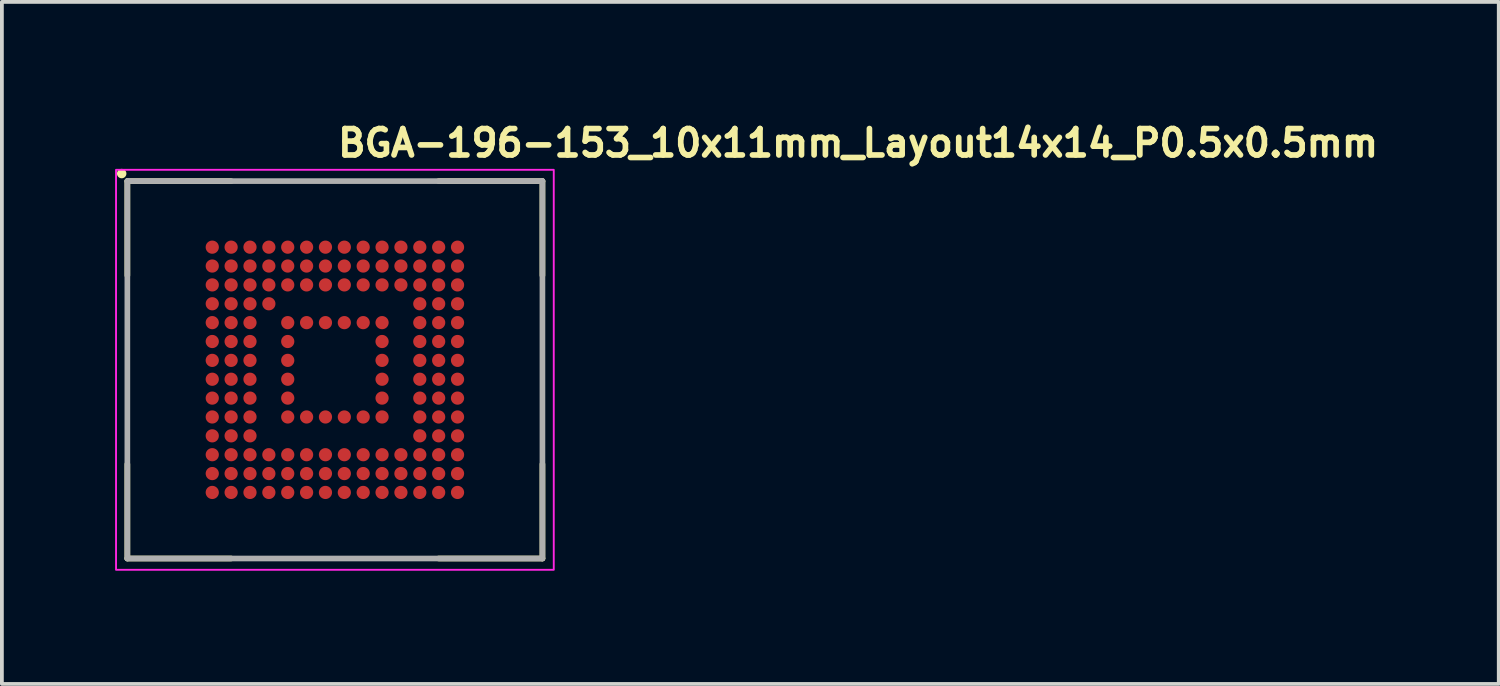
<source format=kicad_pcb>
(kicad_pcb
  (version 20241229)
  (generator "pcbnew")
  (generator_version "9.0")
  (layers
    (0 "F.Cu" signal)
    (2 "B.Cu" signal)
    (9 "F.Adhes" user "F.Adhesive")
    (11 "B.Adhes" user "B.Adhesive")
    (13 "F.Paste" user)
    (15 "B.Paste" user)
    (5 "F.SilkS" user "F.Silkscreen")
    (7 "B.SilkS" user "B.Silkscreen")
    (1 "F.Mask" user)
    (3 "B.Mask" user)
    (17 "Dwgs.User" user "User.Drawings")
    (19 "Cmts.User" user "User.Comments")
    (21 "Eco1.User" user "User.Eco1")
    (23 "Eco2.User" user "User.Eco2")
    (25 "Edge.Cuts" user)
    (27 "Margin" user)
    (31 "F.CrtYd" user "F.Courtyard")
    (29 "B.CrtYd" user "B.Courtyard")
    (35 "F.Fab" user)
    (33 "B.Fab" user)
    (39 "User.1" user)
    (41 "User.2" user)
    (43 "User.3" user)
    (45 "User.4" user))
  (footprint "BGA-196-153_10x11mm_Layout14x14_P0.5x0.5mm"
    (layer "F.Cu")
    (at 5.825 6.75)
    (property "Reference" "BGA-196-153_10x11mm_Layout14x14_P0.5x0.5mm" (at 0 -5.6 0) (layer "F.SilkS") (effects (font (size 0.7 0.7) (thickness 0.15)) (justify left bottom)))
    (attr smd)
    (fp_line (start -5.5 -5) (end -5.5 -2.5) (stroke (width 0.15) (type solid)) (layer "F.SilkS"))
    (fp_line (start -5.5 -5) (end -2.75 -5) (stroke (width 0.15) (type solid)) (layer "F.SilkS"))
    (fp_line (start -5.5 5) (end -5.5 2.5) (stroke (width 0.15) (type solid)) (layer "F.SilkS"))
    (fp_line (start -5.5 5) (end -2.75 5) (stroke (width 0.15) (type solid)) (layer "F.SilkS"))
    (fp_line (start 5.5 -5) (end 2.75 -5) (stroke (width 0.15) (type solid)) (layer "F.SilkS"))
    (fp_line (start 5.5 -5) (end 5.5 -2.5) (stroke (width 0.15) (type solid)) (layer "F.SilkS"))
    (fp_line (start 5.5 5) (end 2.75 5) (stroke (width 0.15) (type solid)) (layer "F.SilkS"))
    (fp_line (start 5.5 5) (end 5.5 2.5) (stroke (width 0.15) (type solid)) (layer "F.SilkS"))
    (fp_circle (center -5.65 -5.2) (end -5.6 -5.2) (stroke (width 0.15) (type solid)) (fill yes) (layer "F.SilkS"))
    (fp_rect (start -5.8 -5.3) (end 5.8 5.3) (stroke (width 0.05) (type solid)) (fill no) (layer "F.CrtYd"))
    (fp_line (start -5.5 5) (end -5.5 -5) (stroke (width 0.15) (type solid)) (layer "F.Fab"))
    (fp_line (start 5.5 -5) (end -5.5 -5) (stroke (width 0.15) (type solid)) (layer "F.Fab"))
    (fp_line (start 5.5 5) (end -5.5 5) (stroke (width 0.15) (type solid)) (layer "F.Fab"))
    (fp_line (start 5.5 5) (end 5.5 -5) (stroke (width 0.15) (type solid)) (layer "F.Fab"))
    (fp_rect (start -5.5 -5) (end 5.5 5) (stroke (width 0.1) (type solid)) (fill no) (layer "User.5"))
    (fp_line (start -5.5 -5) (end -5.5 5) (stroke (width 0.02) (type solid)) (layer "User.9"))
    (fp_line (start -5.5 5) (end 5.5 5) (stroke (width 0.02) (type solid)) (layer "User.9"))
    (fp_line (start -5.165 -4.317) (end -5.165 -4.307) (stroke (width 0.02) (type solid)) (layer "User.9"))
    (fp_line (start -5.165 -4.317) (end -5.165 -4.307) (stroke (width 0.02) (type solid)) (layer "User.9"))
    (fp_line (start -5.165 -4.307) (end -5.164 -4.288) (stroke (width 0.02) (type solid)) (layer "User.9"))
    (fp_line (start -5.165 -4.307) (end -5.164 -4.288) (stroke (width 0.02) (type solid)) (layer "User.9"))
    (fp_line (start -5.164 -4.327) (end -5.165 -4.317) (stroke (width 0.02) (type solid)) (layer "User.9"))
    (fp_line (start -5.164 -4.327) (end -5.165 -4.317) (stroke (width 0.02) (type solid)) (layer "User.9"))
    (fp_line (start -5.164 -4.288) (end -5.162 -4.268) (stroke (width 0.02) (type solid)) (layer "User.9"))
    (fp_line (start -5.164 -4.288) (end -5.162 -4.268) (stroke (width 0.02) (type solid)) (layer "User.9"))
    (fp_line (start -5.163 -4.337) (end -5.164 -4.327) (stroke (width 0.02) (type solid)) (layer "User.9"))
    (fp_line (start -5.163 -4.337) (end -5.164 -4.327) (stroke (width 0.02) (type solid)) (layer "User.9"))
    (fp_line (start -5.162 -4.347) (end -5.163 -4.337) (stroke (width 0.02) (type solid)) (layer "User.9"))
    (fp_line (start -5.162 -4.347) (end -5.163 -4.337) (stroke (width 0.02) (type solid)) (layer "User.9"))
    (fp_line (start -5.162 -4.268) (end -5.159 -4.249) (stroke (width 0.02) (type solid)) (layer "User.9"))
    (fp_line (start -5.162 -4.268) (end -5.159 -4.249) (stroke (width 0.02) (type solid)) (layer "User.9"))
    (fp_line (start -5.161 -4.356) (end -5.162 -4.347) (stroke (width 0.02) (type solid)) (layer "User.9"))
    (fp_line (start -5.161 -4.356) (end -5.162 -4.347) (stroke (width 0.02) (type solid)) (layer "User.9"))
    (fp_line (start -5.159 -4.366) (end -5.161 -4.356) (stroke (width 0.02) (type solid)) (layer "User.9"))
    (fp_line (start -5.159 -4.366) (end -5.161 -4.356) (stroke (width 0.02) (type solid)) (layer "User.9"))
    (fp_line (start -5.159 -4.249) (end -5.154 -4.23) (stroke (width 0.02) (type solid)) (layer "User.9"))
    (fp_line (start -5.159 -4.249) (end -5.154 -4.23) (stroke (width 0.02) (type solid)) (layer "User.9"))
    (fp_line (start -5.157 -4.375) (end -5.159 -4.366) (stroke (width 0.02) (type solid)) (layer "User.9"))
    (fp_line (start -5.157 -4.375) (end -5.159 -4.366) (stroke (width 0.02) (type solid)) (layer "User.9"))
    (fp_line (start -5.154 -4.385) (end -5.157 -4.375) (stroke (width 0.02) (type solid)) (layer "User.9"))
    (fp_line (start -5.154 -4.385) (end -5.157 -4.375) (stroke (width 0.02) (type solid)) (layer "User.9"))
    (fp_line (start -5.154 -4.23) (end -5.149 -4.212) (stroke (width 0.02) (type solid)) (layer "User.9"))
    (fp_line (start -5.154 -4.23) (end -5.149 -4.212) (stroke (width 0.02) (type solid)) (layer "User.9"))
    (fp_line (start -5.152 -4.394) (end -5.154 -4.385) (stroke (width 0.02) (type solid)) (layer "User.9"))
    (fp_line (start -5.152 -4.394) (end -5.154 -4.385) (stroke (width 0.02) (type solid)) (layer "User.9"))
    (fp_line (start -5.149 -4.403) (end -5.152 -4.394) (stroke (width 0.02) (type solid)) (layer "User.9"))
    (fp_line (start -5.149 -4.403) (end -5.152 -4.394) (stroke (width 0.02) (type solid)) (layer "User.9"))
    (fp_line (start -5.149 -4.212) (end -5.142 -4.194) (stroke (width 0.02) (type solid)) (layer "User.9"))
    (fp_line (start -5.149 -4.212) (end -5.142 -4.194) (stroke (width 0.02) (type solid)) (layer "User.9"))
    (fp_line (start -5.146 -4.412) (end -5.149 -4.403) (stroke (width 0.02) (type solid)) (layer "User.9"))
    (fp_line (start -5.146 -4.412) (end -5.149 -4.403) (stroke (width 0.02) (type solid)) (layer "User.9"))
    (fp_line (start -5.142 -4.421) (end -5.146 -4.412) (stroke (width 0.02) (type solid)) (layer "User.9"))
    (fp_line (start -5.142 -4.421) (end -5.146 -4.412) (stroke (width 0.02) (type solid)) (layer "User.9"))
    (fp_line (start -5.142 -4.194) (end -5.134 -4.176) (stroke (width 0.02) (type solid)) (layer "User.9"))
    (fp_line (start -5.142 -4.194) (end -5.134 -4.176) (stroke (width 0.02) (type solid)) (layer "User.9"))
    (fp_line (start -5.138 -4.43) (end -5.142 -4.421) (stroke (width 0.02) (type solid)) (layer "User.9"))
    (fp_line (start -5.138 -4.43) (end -5.142 -4.421) (stroke (width 0.02) (type solid)) (layer "User.9"))
    (fp_line (start -5.134 -4.439) (end -5.138 -4.43) (stroke (width 0.02) (type solid)) (layer "User.9"))
    (fp_line (start -5.134 -4.439) (end -5.138 -4.43) (stroke (width 0.02) (type solid)) (layer "User.9"))
    (fp_line (start -5.134 -4.176) (end -5.125 -4.159) (stroke (width 0.02) (type solid)) (layer "User.9"))
    (fp_line (start -5.134 -4.176) (end -5.125 -4.159) (stroke (width 0.02) (type solid)) (layer "User.9"))
    (fp_line (start -5.13 -4.447) (end -5.134 -4.439) (stroke (width 0.02) (type solid)) (layer "User.9"))
    (fp_line (start -5.13 -4.447) (end -5.134 -4.439) (stroke (width 0.02) (type solid)) (layer "User.9"))
    (fp_line (start -5.125 -4.456) (end -5.13 -4.447) (stroke (width 0.02) (type solid)) (layer "User.9"))
    (fp_line (start -5.125 -4.456) (end -5.13 -4.447) (stroke (width 0.02) (type solid)) (layer "User.9"))
    (fp_line (start -5.125 -4.159) (end -5.115 -4.143) (stroke (width 0.02) (type solid)) (layer "User.9"))
    (fp_line (start -5.125 -4.159) (end -5.115 -4.143) (stroke (width 0.02) (type solid)) (layer "User.9"))
    (fp_line (start -5.12 -4.464) (end -5.125 -4.456) (stroke (width 0.02) (type solid)) (layer "User.9"))
    (fp_line (start -5.12 -4.464) (end -5.125 -4.456) (stroke (width 0.02) (type solid)) (layer "User.9"))
    (fp_line (start -5.115 -4.472) (end -5.12 -4.464) (stroke (width 0.02) (type solid)) (layer "User.9"))
    (fp_line (start -5.115 -4.472) (end -5.12 -4.464) (stroke (width 0.02) (type solid)) (layer "User.9"))
    (fp_line (start -5.115 -4.143) (end -5.104 -4.127) (stroke (width 0.02) (type solid)) (layer "User.9"))
    (fp_line (start -5.115 -4.143) (end -5.104 -4.127) (stroke (width 0.02) (type solid)) (layer "User.9"))
    (fp_line (start -5.109 -4.48) (end -5.115 -4.472) (stroke (width 0.02) (type solid)) (layer "User.9"))
    (fp_line (start -5.109 -4.48) (end -5.115 -4.472) (stroke (width 0.02) (type solid)) (layer "User.9"))
    (fp_line (start -5.104 -4.488) (end -5.109 -4.48) (stroke (width 0.02) (type solid)) (layer "User.9"))
    (fp_line (start -5.104 -4.488) (end -5.109 -4.48) (stroke (width 0.02) (type solid)) (layer "User.9"))
    (fp_line (start -5.104 -4.127) (end -5.091 -4.112) (stroke (width 0.02) (type solid)) (layer "User.9"))
    (fp_line (start -5.104 -4.127) (end -5.091 -4.112) (stroke (width 0.02) (type solid)) (layer "User.9"))
    (fp_line (start -5.098 -4.495) (end -5.104 -4.488) (stroke (width 0.02) (type solid)) (layer "User.9"))
    (fp_line (start -5.098 -4.495) (end -5.104 -4.488) (stroke (width 0.02) (type solid)) (layer "User.9"))
    (fp_line (start -5.091 -4.502) (end -5.098 -4.495) (stroke (width 0.02) (type solid)) (layer "User.9"))
    (fp_line (start -5.091 -4.502) (end -5.098 -4.495) (stroke (width 0.02) (type solid)) (layer "User.9"))
    (fp_line (start -5.091 -4.112) (end -5.078 -4.098) (stroke (width 0.02) (type solid)) (layer "User.9"))
    (fp_line (start -5.091 -4.112) (end -5.078 -4.098) (stroke (width 0.02) (type solid)) (layer "User.9"))
    (fp_line (start -5.085 -4.51) (end -5.091 -4.502) (stroke (width 0.02) (type solid)) (layer "User.9"))
    (fp_line (start -5.085 -4.51) (end -5.091 -4.502) (stroke (width 0.02) (type solid)) (layer "User.9"))
    (fp_line (start -5.078 -4.517) (end -5.085 -4.51) (stroke (width 0.02) (type solid)) (layer "User.9"))
    (fp_line (start -5.078 -4.517) (end -5.085 -4.51) (stroke (width 0.02) (type solid)) (layer "User.9"))
    (fp_line (start -5.078 -4.098) (end -5.064 -4.085) (stroke (width 0.02) (type solid)) (layer "User.9"))
    (fp_line (start -5.078 -4.098) (end -5.064 -4.085) (stroke (width 0.02) (type solid)) (layer "User.9"))
    (fp_line (start -5.071 -4.523) (end -5.078 -4.517) (stroke (width 0.02) (type solid)) (layer "User.9"))
    (fp_line (start -5.071 -4.523) (end -5.078 -4.517) (stroke (width 0.02) (type solid)) (layer "User.9"))
    (fp_line (start -5.064 -4.53) (end -5.071 -4.523) (stroke (width 0.02) (type solid)) (layer "User.9"))
    (fp_line (start -5.064 -4.53) (end -5.071 -4.523) (stroke (width 0.02) (type solid)) (layer "User.9"))
    (fp_line (start -5.064 -4.085) (end -5.049 -4.073) (stroke (width 0.02) (type solid)) (layer "User.9"))
    (fp_line (start -5.064 -4.085) (end -5.049 -4.073) (stroke (width 0.02) (type solid)) (layer "User.9"))
    (fp_line (start -5.057 -4.536) (end -5.064 -4.53) (stroke (width 0.02) (type solid)) (layer "User.9"))
    (fp_line (start -5.057 -4.536) (end -5.064 -4.53) (stroke (width 0.02) (type solid)) (layer "User.9"))
    (fp_line (start -5.049 -4.542) (end -5.057 -4.536) (stroke (width 0.02) (type solid)) (layer "User.9"))
    (fp_line (start -5.049 -4.542) (end -5.057 -4.536) (stroke (width 0.02) (type solid)) (layer "User.9"))
    (fp_line (start -5.049 -4.073) (end -5.033 -4.061) (stroke (width 0.02) (type solid)) (layer "User.9"))
    (fp_line (start -5.049 -4.073) (end -5.033 -4.061) (stroke (width 0.02) (type solid)) (layer "User.9"))
    (fp_line (start -5.041 -4.548) (end -5.049 -4.542) (stroke (width 0.02) (type solid)) (layer "User.9"))
    (fp_line (start -5.041 -4.548) (end -5.049 -4.542) (stroke (width 0.02) (type solid)) (layer "User.9"))
    (fp_line (start -5.033 -4.554) (end -5.041 -4.548) (stroke (width 0.02) (type solid)) (layer "User.9"))
    (fp_line (start -5.033 -4.554) (end -5.041 -4.548) (stroke (width 0.02) (type solid)) (layer "User.9"))
    (fp_line (start -5.033 -4.061) (end -5.016 -4.051) (stroke (width 0.02) (type solid)) (layer "User.9"))
    (fp_line (start -5.033 -4.061) (end -5.016 -4.051) (stroke (width 0.02) (type solid)) (layer "User.9"))
    (fp_line (start -5.025 -4.559) (end -5.033 -4.554) (stroke (width 0.02) (type solid)) (layer "User.9"))
    (fp_line (start -5.025 -4.559) (end -5.033 -4.554) (stroke (width 0.02) (type solid)) (layer "User.9"))
    (fp_line (start -5.016 -4.564) (end -5.025 -4.559) (stroke (width 0.02) (type solid)) (layer "User.9"))
    (fp_line (start -5.016 -4.564) (end -5.025 -4.559) (stroke (width 0.02) (type solid)) (layer "User.9"))
    (fp_line (start -5.016 -4.564) (end -5.016 -4.564) (stroke (width 0.02) (type solid)) (layer "User.9"))
    (fp_line (start -5.016 -4.564) (end -5.016 -4.564) (stroke (width 0.02) (type solid)) (layer "User.9"))
    (fp_line (start -5.016 -4.051) (end -5.016 -4.051) (stroke (width 0.02) (type solid)) (layer "User.9"))
    (fp_line (start -5.016 -4.051) (end -5.016 -4.051) (stroke (width 0.02) (type solid)) (layer "User.9"))
    (fp_line (start -5.016 -4.051) (end -4.999 -4.041) (stroke (width 0.02) (type solid)) (layer "User.9"))
    (fp_line (start -5.016 -4.051) (end -4.999 -4.041) (stroke (width 0.02) (type solid)) (layer "User.9"))
    (fp_line (start -4.999 -4.573) (end -5.016 -4.564) (stroke (width 0.02) (type solid)) (layer "User.9"))
    (fp_line (start -4.999 -4.573) (end -5.016 -4.564) (stroke (width 0.02) (type solid)) (layer "User.9"))
    (fp_line (start -4.999 -4.041) (end -4.981 -4.033) (stroke (width 0.02) (type solid)) (layer "User.9"))
    (fp_line (start -4.999 -4.041) (end -4.981 -4.033) (stroke (width 0.02) (type solid)) (layer "User.9"))
    (fp_line (start -4.981 -4.582) (end -4.999 -4.573) (stroke (width 0.02) (type solid)) (layer "User.9"))
    (fp_line (start -4.981 -4.582) (end -4.999 -4.573) (stroke (width 0.02) (type solid)) (layer "User.9"))
    (fp_line (start -4.981 -4.033) (end -4.963 -4.025) (stroke (width 0.02) (type solid)) (layer "User.9"))
    (fp_line (start -4.981 -4.033) (end -4.963 -4.025) (stroke (width 0.02) (type solid)) (layer "User.9"))
    (fp_line (start -4.963 -4.588) (end -4.981 -4.582) (stroke (width 0.02) (type solid)) (layer "User.9"))
    (fp_line (start -4.963 -4.588) (end -4.981 -4.582) (stroke (width 0.02) (type solid)) (layer "User.9"))
    (fp_line (start -4.963 -4.025) (end -4.944 -4.021) (stroke (width 0.02) (type solid)) (layer "User.9"))
    (fp_line (start -4.963 -4.025) (end -4.944 -4.021) (stroke (width 0.02) (type solid)) (layer "User.9"))
    (fp_line (start -4.944 -4.594) (end -4.963 -4.588) (stroke (width 0.02) (type solid)) (layer "User.9"))
    (fp_line (start -4.944 -4.594) (end -4.963 -4.588) (stroke (width 0.02) (type solid)) (layer "User.9"))
    (fp_line (start -4.944 -4.021) (end -4.926 -4.017) (stroke (width 0.02) (type solid)) (layer "User.9"))
    (fp_line (start -4.944 -4.021) (end -4.926 -4.017) (stroke (width 0.02) (type solid)) (layer "User.9"))
    (fp_line (start -4.926 -4.598) (end -4.944 -4.594) (stroke (width 0.02) (type solid)) (layer "User.9"))
    (fp_line (start -4.926 -4.598) (end -4.944 -4.594) (stroke (width 0.02) (type solid)) (layer "User.9"))
    (fp_line (start -4.926 -4.017) (end -4.907 -4.013) (stroke (width 0.02) (type solid)) (layer "User.9"))
    (fp_line (start -4.926 -4.017) (end -4.907 -4.013) (stroke (width 0.02) (type solid)) (layer "User.9"))
    (fp_line (start -4.907 -4.601) (end -4.926 -4.598) (stroke (width 0.02) (type solid)) (layer "User.9"))
    (fp_line (start -4.907 -4.601) (end -4.926 -4.598) (stroke (width 0.02) (type solid)) (layer "User.9"))
    (fp_line (start -4.907 -4.013) (end -4.887 -4.012) (stroke (width 0.02) (type solid)) (layer "User.9"))
    (fp_line (start -4.907 -4.013) (end -4.887 -4.012) (stroke (width 0.02) (type solid)) (layer "User.9"))
    (fp_line (start -4.887 -4.603) (end -4.907 -4.601) (stroke (width 0.02) (type solid)) (layer "User.9"))
    (fp_line (start -4.887 -4.603) (end -4.907 -4.601) (stroke (width 0.02) (type solid)) (layer "User.9"))
    (fp_line (start -4.887 -4.012) (end -4.868 -4.011) (stroke (width 0.02) (type solid)) (layer "User.9"))
    (fp_line (start -4.887 -4.012) (end -4.868 -4.011) (stroke (width 0.02) (type solid)) (layer "User.9"))
    (fp_line (start -4.868 -4.604) (end -4.887 -4.603) (stroke (width 0.02) (type solid)) (layer "User.9"))
    (fp_line (start -4.868 -4.604) (end -4.887 -4.603) (stroke (width 0.02) (type solid)) (layer "User.9"))
    (fp_line (start -4.868 -4.011) (end -4.849 -4.012) (stroke (width 0.02) (type solid)) (layer "User.9"))
    (fp_line (start -4.868 -4.011) (end -4.849 -4.012) (stroke (width 0.02) (type solid)) (layer "User.9"))
    (fp_line (start -4.849 -4.603) (end -4.868 -4.604) (stroke (width 0.02) (type solid)) (layer "User.9"))
    (fp_line (start -4.849 -4.603) (end -4.868 -4.604) (stroke (width 0.02) (type solid)) (layer "User.9"))
    (fp_line (start -4.849 -4.012) (end -4.83 -4.013) (stroke (width 0.02) (type solid)) (layer "User.9"))
    (fp_line (start -4.849 -4.012) (end -4.83 -4.013) (stroke (width 0.02) (type solid)) (layer "User.9"))
    (fp_line (start -4.83 -4.601) (end -4.849 -4.603) (stroke (width 0.02) (type solid)) (layer "User.9"))
    (fp_line (start -4.83 -4.601) (end -4.849 -4.603) (stroke (width 0.02) (type solid)) (layer "User.9"))
    (fp_line (start -4.83 -4.013) (end -4.811 -4.017) (stroke (width 0.02) (type solid)) (layer "User.9"))
    (fp_line (start -4.83 -4.013) (end -4.811 -4.017) (stroke (width 0.02) (type solid)) (layer "User.9"))
    (fp_line (start -4.811 -4.598) (end -4.83 -4.601) (stroke (width 0.02) (type solid)) (layer "User.9"))
    (fp_line (start -4.811 -4.598) (end -4.83 -4.601) (stroke (width 0.02) (type solid)) (layer "User.9"))
    (fp_line (start -4.811 -4.017) (end -4.792 -4.021) (stroke (width 0.02) (type solid)) (layer "User.9"))
    (fp_line (start -4.811 -4.017) (end -4.792 -4.021) (stroke (width 0.02) (type solid)) (layer "User.9"))
    (fp_line (start -4.792 -4.594) (end -4.811 -4.598) (stroke (width 0.02) (type solid)) (layer "User.9"))
    (fp_line (start -4.792 -4.594) (end -4.811 -4.598) (stroke (width 0.02) (type solid)) (layer "User.9"))
    (fp_line (start -4.792 -4.021) (end -4.774 -4.025) (stroke (width 0.02) (type solid)) (layer "User.9"))
    (fp_line (start -4.792 -4.021) (end -4.774 -4.025) (stroke (width 0.02) (type solid)) (layer "User.9"))
    (fp_line (start -4.774 -4.588) (end -4.792 -4.594) (stroke (width 0.02) (type solid)) (layer "User.9"))
    (fp_line (start -4.774 -4.588) (end -4.792 -4.594) (stroke (width 0.02) (type solid)) (layer "User.9"))
    (fp_line (start -4.774 -4.025) (end -4.755 -4.033) (stroke (width 0.02) (type solid)) (layer "User.9"))
    (fp_line (start -4.774 -4.025) (end -4.755 -4.033) (stroke (width 0.02) (type solid)) (layer "User.9"))
    (fp_line (start -4.755 -4.582) (end -4.774 -4.588) (stroke (width 0.02) (type solid)) (layer "User.9"))
    (fp_line (start -4.755 -4.582) (end -4.774 -4.588) (stroke (width 0.02) (type solid)) (layer "User.9"))
    (fp_line (start -4.755 -4.033) (end -4.737 -4.041) (stroke (width 0.02) (type solid)) (layer "User.9"))
    (fp_line (start -4.755 -4.033) (end -4.737 -4.041) (stroke (width 0.02) (type solid)) (layer "User.9"))
    (fp_line (start -4.737 -4.573) (end -4.755 -4.582) (stroke (width 0.02) (type solid)) (layer "User.9"))
    (fp_line (start -4.737 -4.573) (end -4.755 -4.582) (stroke (width 0.02) (type solid)) (layer "User.9"))
    (fp_line (start -4.737 -4.041) (end -4.72 -4.051) (stroke (width 0.02) (type solid)) (layer "User.9"))
    (fp_line (start -4.737 -4.041) (end -4.72 -4.051) (stroke (width 0.02) (type solid)) (layer "User.9"))
    (fp_line (start -4.72 -4.564) (end -4.737 -4.573) (stroke (width 0.02) (type solid)) (layer "User.9"))
    (fp_line (start -4.72 -4.564) (end -4.737 -4.573) (stroke (width 0.02) (type solid)) (layer "User.9"))
    (fp_line (start -4.72 -4.564) (end -4.72 -4.564) (stroke (width 0.02) (type solid)) (layer "User.9"))
    (fp_line (start -4.72 -4.564) (end -4.72 -4.564) (stroke (width 0.02) (type solid)) (layer "User.9"))
    (fp_line (start -4.72 -4.051) (end -4.72 -4.051) (stroke (width 0.02) (type solid)) (layer "User.9"))
    (fp_line (start -4.72 -4.051) (end -4.72 -4.051) (stroke (width 0.02) (type solid)) (layer "User.9"))
    (fp_line (start -4.72 -4.051) (end -4.711 -4.056) (stroke (width 0.02) (type solid)) (layer "User.9"))
    (fp_line (start -4.72 -4.051) (end -4.711 -4.056) (stroke (width 0.02) (type solid)) (layer "User.9"))
    (fp_line (start -4.711 -4.056) (end -4.703 -4.061) (stroke (width 0.02) (type solid)) (layer "User.9"))
    (fp_line (start -4.711 -4.056) (end -4.703 -4.061) (stroke (width 0.02) (type solid)) (layer "User.9"))
    (fp_line (start -4.703 -4.554) (end -4.72 -4.564) (stroke (width 0.02) (type solid)) (layer "User.9"))
    (fp_line (start -4.703 -4.554) (end -4.72 -4.564) (stroke (width 0.02) (type solid)) (layer "User.9"))
    (fp_line (start -4.703 -4.061) (end -4.695 -4.067) (stroke (width 0.02) (type solid)) (layer "User.9"))
    (fp_line (start -4.703 -4.061) (end -4.695 -4.067) (stroke (width 0.02) (type solid)) (layer "User.9"))
    (fp_line (start -4.695 -4.067) (end -4.687 -4.073) (stroke (width 0.02) (type solid)) (layer "User.9"))
    (fp_line (start -4.695 -4.067) (end -4.687 -4.073) (stroke (width 0.02) (type solid)) (layer "User.9"))
    (fp_line (start -4.687 -4.542) (end -4.703 -4.554) (stroke (width 0.02) (type solid)) (layer "User.9"))
    (fp_line (start -4.687 -4.542) (end -4.703 -4.554) (stroke (width 0.02) (type solid)) (layer "User.9"))
    (fp_line (start -4.687 -4.073) (end -4.68 -4.078) (stroke (width 0.02) (type solid)) (layer "User.9"))
    (fp_line (start -4.687 -4.073) (end -4.68 -4.078) (stroke (width 0.02) (type solid)) (layer "User.9"))
    (fp_line (start -4.68 -4.078) (end -4.672 -4.085) (stroke (width 0.02) (type solid)) (layer "User.9"))
    (fp_line (start -4.68 -4.078) (end -4.672 -4.085) (stroke (width 0.02) (type solid)) (layer "User.9"))
    (fp_line (start -4.672 -4.53) (end -4.687 -4.542) (stroke (width 0.02) (type solid)) (layer "User.9"))
    (fp_line (start -4.672 -4.53) (end -4.687 -4.542) (stroke (width 0.02) (type solid)) (layer "User.9"))
    (fp_line (start -4.672 -4.085) (end -4.665 -4.091) (stroke (width 0.02) (type solid)) (layer "User.9"))
    (fp_line (start -4.672 -4.085) (end -4.665 -4.091) (stroke (width 0.02) (type solid)) (layer "User.9"))
    (fp_line (start -4.665 -4.091) (end -4.658 -4.098) (stroke (width 0.02) (type solid)) (layer "User.9"))
    (fp_line (start -4.665 -4.091) (end -4.658 -4.098) (stroke (width 0.02) (type solid)) (layer "User.9"))
    (fp_line (start -4.658 -4.517) (end -4.672 -4.53) (stroke (width 0.02) (type solid)) (layer "User.9"))
    (fp_line (start -4.658 -4.517) (end -4.672 -4.53) (stroke (width 0.02) (type solid)) (layer "User.9"))
    (fp_line (start -4.658 -4.098) (end -4.651 -4.105) (stroke (width 0.02) (type solid)) (layer "User.9"))
    (fp_line (start -4.658 -4.098) (end -4.651 -4.105) (stroke (width 0.02) (type solid)) (layer "User.9"))
    (fp_line (start -4.651 -4.105) (end -4.645 -4.112) (stroke (width 0.02) (type solid)) (layer "User.9"))
    (fp_line (start -4.651 -4.105) (end -4.645 -4.112) (stroke (width 0.02) (type solid)) (layer "User.9"))
    (fp_line (start -4.645 -4.502) (end -4.658 -4.517) (stroke (width 0.02) (type solid)) (layer "User.9"))
    (fp_line (start -4.645 -4.502) (end -4.658 -4.517) (stroke (width 0.02) (type solid)) (layer "User.9"))
    (fp_line (start -4.645 -4.112) (end -4.639 -4.12) (stroke (width 0.02) (type solid)) (layer "User.9"))
    (fp_line (start -4.645 -4.112) (end -4.639 -4.12) (stroke (width 0.02) (type solid)) (layer "User.9"))
    (fp_line (start -4.639 -4.12) (end -4.633 -4.127) (stroke (width 0.02) (type solid)) (layer "User.9"))
    (fp_line (start -4.639 -4.12) (end -4.633 -4.127) (stroke (width 0.02) (type solid)) (layer "User.9"))
    (fp_line (start -4.633 -4.488) (end -4.645 -4.502) (stroke (width 0.02) (type solid)) (layer "User.9"))
    (fp_line (start -4.633 -4.488) (end -4.645 -4.502) (stroke (width 0.02) (type solid)) (layer "User.9"))
    (fp_line (start -4.633 -4.127) (end -4.627 -4.135) (stroke (width 0.02) (type solid)) (layer "User.9"))
    (fp_line (start -4.633 -4.127) (end -4.627 -4.135) (stroke (width 0.02) (type solid)) (layer "User.9"))
    (fp_line (start -4.627 -4.135) (end -4.622 -4.143) (stroke (width 0.02) (type solid)) (layer "User.9"))
    (fp_line (start -4.627 -4.135) (end -4.622 -4.143) (stroke (width 0.02) (type solid)) (layer "User.9"))
    (fp_line (start -4.622 -4.472) (end -4.633 -4.488) (stroke (width 0.02) (type solid)) (layer "User.9"))
    (fp_line (start -4.622 -4.472) (end -4.633 -4.488) (stroke (width 0.02) (type solid)) (layer "User.9"))
    (fp_line (start -4.622 -4.143) (end -4.616 -4.151) (stroke (width 0.02) (type solid)) (layer "User.9"))
    (fp_line (start -4.622 -4.143) (end -4.616 -4.151) (stroke (width 0.02) (type solid)) (layer "User.9"))
    (fp_line (start -4.616 -4.151) (end -4.611 -4.159) (stroke (width 0.02) (type solid)) (layer "User.9"))
    (fp_line (start -4.616 -4.151) (end -4.611 -4.159) (stroke (width 0.02) (type solid)) (layer "User.9"))
    (fp_line (start -4.611 -4.456) (end -4.622 -4.472) (stroke (width 0.02) (type solid)) (layer "User.9"))
    (fp_line (start -4.611 -4.456) (end -4.622 -4.472) (stroke (width 0.02) (type solid)) (layer "User.9"))
    (fp_line (start -4.611 -4.159) (end -4.607 -4.168) (stroke (width 0.02) (type solid)) (layer "User.9"))
    (fp_line (start -4.611 -4.159) (end -4.607 -4.168) (stroke (width 0.02) (type solid)) (layer "User.9"))
    (fp_line (start -4.607 -4.168) (end -4.602 -4.176) (stroke (width 0.02) (type solid)) (layer "User.9"))
    (fp_line (start -4.607 -4.168) (end -4.602 -4.176) (stroke (width 0.02) (type solid)) (layer "User.9"))
    (fp_line (start -4.602 -4.439) (end -4.611 -4.456) (stroke (width 0.02) (type solid)) (layer "User.9"))
    (fp_line (start -4.602 -4.439) (end -4.611 -4.456) (stroke (width 0.02) (type solid)) (layer "User.9"))
    (fp_line (start -4.602 -4.176) (end -4.598 -4.185) (stroke (width 0.02) (type solid)) (layer "User.9"))
    (fp_line (start -4.602 -4.176) (end -4.598 -4.185) (stroke (width 0.02) (type solid)) (layer "User.9"))
    (fp_line (start -4.598 -4.185) (end -4.594 -4.194) (stroke (width 0.02) (type solid)) (layer "User.9"))
    (fp_line (start -4.598 -4.185) (end -4.594 -4.194) (stroke (width 0.02) (type solid)) (layer "User.9"))
    (fp_line (start -4.594 -4.421) (end -4.602 -4.439) (stroke (width 0.02) (type solid)) (layer "User.9"))
    (fp_line (start -4.594 -4.421) (end -4.602 -4.439) (stroke (width 0.02) (type solid)) (layer "User.9"))
    (fp_line (start -4.594 -4.194) (end -4.591 -4.203) (stroke (width 0.02) (type solid)) (layer "User.9"))
    (fp_line (start -4.594 -4.194) (end -4.591 -4.203) (stroke (width 0.02) (type solid)) (layer "User.9"))
    (fp_line (start -4.591 -4.203) (end -4.588 -4.212) (stroke (width 0.02) (type solid)) (layer "User.9"))
    (fp_line (start -4.591 -4.203) (end -4.588 -4.212) (stroke (width 0.02) (type solid)) (layer "User.9"))
    (fp_line (start -4.588 -4.403) (end -4.594 -4.421) (stroke (width 0.02) (type solid)) (layer "User.9"))
    (fp_line (start -4.588 -4.403) (end -4.594 -4.421) (stroke (width 0.02) (type solid)) (layer "User.9"))
    (fp_line (start -4.588 -4.212) (end -4.585 -4.221) (stroke (width 0.02) (type solid)) (layer "User.9"))
    (fp_line (start -4.588 -4.212) (end -4.585 -4.221) (stroke (width 0.02) (type solid)) (layer "User.9"))
    (fp_line (start -4.585 -4.221) (end -4.582 -4.23) (stroke (width 0.02) (type solid)) (layer "User.9"))
    (fp_line (start -4.585 -4.221) (end -4.582 -4.23) (stroke (width 0.02) (type solid)) (layer "User.9"))
    (fp_line (start -4.582 -4.385) (end -4.588 -4.403) (stroke (width 0.02) (type solid)) (layer "User.9"))
    (fp_line (start -4.582 -4.385) (end -4.588 -4.403) (stroke (width 0.02) (type solid)) (layer "User.9"))
    (fp_line (start -4.582 -4.23) (end -4.58 -4.239) (stroke (width 0.02) (type solid)) (layer "User.9"))
    (fp_line (start -4.582 -4.23) (end -4.58 -4.239) (stroke (width 0.02) (type solid)) (layer "User.9"))
    (fp_line (start -4.58 -4.239) (end -4.578 -4.249) (stroke (width 0.02) (type solid)) (layer "User.9"))
    (fp_line (start -4.58 -4.239) (end -4.578 -4.249) (stroke (width 0.02) (type solid)) (layer "User.9"))
    (fp_line (start -4.578 -4.366) (end -4.582 -4.385) (stroke (width 0.02) (type solid)) (layer "User.9"))
    (fp_line (start -4.578 -4.366) (end -4.582 -4.385) (stroke (width 0.02) (type solid)) (layer "User.9"))
    (fp_line (start -4.578 -4.249) (end -4.576 -4.258) (stroke (width 0.02) (type solid)) (layer "User.9"))
    (fp_line (start -4.578 -4.249) (end -4.576 -4.258) (stroke (width 0.02) (type solid)) (layer "User.9"))
    (fp_line (start -4.576 -4.258) (end -4.574 -4.268) (stroke (width 0.02) (type solid)) (layer "User.9"))
    (fp_line (start -4.576 -4.258) (end -4.574 -4.268) (stroke (width 0.02) (type solid)) (layer "User.9"))
    (fp_line (start -4.574 -4.347) (end -4.578 -4.366) (stroke (width 0.02) (type solid)) (layer "User.9"))
    (fp_line (start -4.574 -4.347) (end -4.578 -4.366) (stroke (width 0.02) (type solid)) (layer "User.9"))
    (fp_line (start -4.574 -4.268) (end -4.573 -4.278) (stroke (width 0.02) (type solid)) (layer "User.9"))
    (fp_line (start -4.574 -4.268) (end -4.573 -4.278) (stroke (width 0.02) (type solid)) (layer "User.9"))
    (fp_line (start -4.573 -4.278) (end -4.572 -4.288) (stroke (width 0.02) (type solid)) (layer "User.9"))
    (fp_line (start -4.573 -4.278) (end -4.572 -4.288) (stroke (width 0.02) (type solid)) (layer "User.9"))
    (fp_line (start -4.572 -4.327) (end -4.574 -4.347) (stroke (width 0.02) (type solid)) (layer "User.9"))
    (fp_line (start -4.572 -4.327) (end -4.574 -4.347) (stroke (width 0.02) (type solid)) (layer "User.9"))
    (fp_line (start -4.572 -4.307) (end -4.572 -4.327) (stroke (width 0.02) (type solid)) (layer "User.9"))
    (fp_line (start -4.572 -4.307) (end -4.572 -4.327) (stroke (width 0.02) (type solid)) (layer "User.9"))
    (fp_line (start -4.572 -4.297) (end -4.572 -4.307) (stroke (width 0.02) (type solid)) (layer "User.9"))
    (fp_line (start -4.572 -4.297) (end -4.572 -4.307) (stroke (width 0.02) (type solid)) (layer "User.9"))
    (fp_line (start -4.572 -4.288) (end -4.572 -4.297) (stroke (width 0.02) (type solid)) (layer "User.9"))
    (fp_line (start -4.572 -4.288) (end -4.572 -4.297) (stroke (width 0.02) (type solid)) (layer "User.9"))
    (fp_line (start 5.5 -5) (end -5.5 -5) (stroke (width 0.02) (type solid)) (layer "User.9"))
    (fp_line (start 5.5 5) (end 5.5 -5) (stroke (width 0.02) (type solid)) (layer "User.9"))
    (pad "A1" smd circle (at -3.25 -3.25) (size 0.35 0.35) (layers "F.Cu" "F.Mask" "F.Paste"))
    (pad "A2" smd circle (at -2.75 -3.25) (size 0.35 0.35) (layers "F.Cu" "F.Mask" "F.Paste"))
    (pad "A3" smd circle (at -2.25 -3.25) (size 0.35 0.35) (layers "F.Cu" "F.Mask" "F.Paste"))
    (pad "A4" smd circle (at -1.75 -3.25) (size 0.35 0.35) (layers "F.Cu" "F.Mask" "F.Paste"))
    (pad "A5" smd circle (at -1.25 -3.25) (size 0.35 0.35) (layers "F.Cu" "F.Mask" "F.Paste"))
    (pad "A6" smd circle (at -0.75 -3.25) (size 0.35 0.35) (layers "F.Cu" "F.Mask" "F.Paste"))
    (pad "A7" smd circle (at -0.25 -3.25) (size 0.35 0.35) (layers "F.Cu" "F.Mask" "F.Paste"))
    (pad "A8" smd circle (at 0.25 -3.25) (size 0.35 0.35) (layers "F.Cu" "F.Mask" "F.Paste"))
    (pad "A9" smd circle (at 0.75 -3.25) (size 0.35 0.35) (layers "F.Cu" "F.Mask" "F.Paste"))
    (pad "A10" smd circle (at 1.25 -3.25) (size 0.35 0.35) (layers "F.Cu" "F.Mask" "F.Paste"))
    (pad "A11" smd circle (at 1.75 -3.25) (size 0.35 0.35) (layers "F.Cu" "F.Mask" "F.Paste"))
    (pad "A12" smd circle (at 2.25 -3.25) (size 0.35 0.35) (layers "F.Cu" "F.Mask" "F.Paste"))
    (pad "A13" smd circle (at 2.75 -3.25) (size 0.35 0.35) (layers "F.Cu" "F.Mask" "F.Paste"))
    (pad "A14" smd circle (at 3.25 -3.25) (size 0.35 0.35) (layers "F.Cu" "F.Mask" "F.Paste"))
    (pad "B1" smd circle (at -3.25 -2.75) (size 0.35 0.35) (layers "F.Cu" "F.Mask" "F.Paste"))
    (pad "B2" smd circle (at -2.75 -2.75) (size 0.35 0.35) (layers "F.Cu" "F.Mask" "F.Paste"))
    (pad "B3" smd circle (at -2.25 -2.75) (size 0.35 0.35) (layers "F.Cu" "F.Mask" "F.Paste"))
    (pad "B4" smd circle (at -1.75 -2.75) (size 0.35 0.35) (layers "F.Cu" "F.Mask" "F.Paste"))
    (pad "B5" smd circle (at -1.25 -2.75) (size 0.35 0.35) (layers "F.Cu" "F.Mask" "F.Paste"))
    (pad "B6" smd circle (at -0.75 -2.75) (size 0.35 0.35) (layers "F.Cu" "F.Mask" "F.Paste"))
    (pad "B7" smd circle (at -0.25 -2.75) (size 0.35 0.35) (layers "F.Cu" "F.Mask" "F.Paste"))
    (pad "B8" smd circle (at 0.25 -2.75) (size 0.35 0.35) (layers "F.Cu" "F.Mask" "F.Paste"))
    (pad "B9" smd circle (at 0.75 -2.75) (size 0.35 0.35) (layers "F.Cu" "F.Mask" "F.Paste"))
    (pad "B10" smd circle (at 1.25 -2.75) (size 0.35 0.35) (layers "F.Cu" "F.Mask" "F.Paste"))
    (pad "B11" smd circle (at 1.75 -2.75) (size 0.35 0.35) (layers "F.Cu" "F.Mask" "F.Paste"))
    (pad "B12" smd circle (at 2.25 -2.75) (size 0.35 0.35) (layers "F.Cu" "F.Mask" "F.Paste"))
    (pad "B13" smd circle (at 2.75 -2.75) (size 0.35 0.35) (layers "F.Cu" "F.Mask" "F.Paste"))
    (pad "B14" smd circle (at 3.25 -2.75) (size 0.35 0.35) (layers "F.Cu" "F.Mask" "F.Paste"))
    (pad "C1" smd circle (at -3.25 -2.25) (size 0.35 0.35) (layers "F.Cu" "F.Mask" "F.Paste"))
    (pad "C2" smd circle (at -2.75 -2.25) (size 0.35 0.35) (layers "F.Cu" "F.Mask" "F.Paste"))
    (pad "C3" smd circle (at -2.25 -2.25) (size 0.35 0.35) (layers "F.Cu" "F.Mask" "F.Paste"))
    (pad "C4" smd circle (at -1.75 -2.25) (size 0.35 0.35) (layers "F.Cu" "F.Mask" "F.Paste"))
    (pad "C5" smd circle (at -1.25 -2.25) (size 0.35 0.35) (layers "F.Cu" "F.Mask" "F.Paste"))
    (pad "C6" smd circle (at -0.75 -2.25) (size 0.35 0.35) (layers "F.Cu" "F.Mask" "F.Paste"))
    (pad "C7" smd circle (at -0.25 -2.25) (size 0.35 0.35) (layers "F.Cu" "F.Mask" "F.Paste"))
    (pad "C8" smd circle (at 0.25 -2.25) (size 0.35 0.35) (layers "F.Cu" "F.Mask" "F.Paste"))
    (pad "C9" smd circle (at 0.75 -2.25) (size 0.35 0.35) (layers "F.Cu" "F.Mask" "F.Paste"))
    (pad "C10" smd circle (at 1.25 -2.25) (size 0.35 0.35) (layers "F.Cu" "F.Mask" "F.Paste"))
    (pad "C11" smd circle (at 1.75 -2.25) (size 0.35 0.35) (layers "F.Cu" "F.Mask" "F.Paste"))
    (pad "C12" smd circle (at 2.25 -2.25) (size 0.35 0.35) (layers "F.Cu" "F.Mask" "F.Paste"))
    (pad "C13" smd circle (at 2.75 -2.25) (size 0.35 0.35) (layers "F.Cu" "F.Mask" "F.Paste"))
    (pad "C14" smd circle (at 3.25 -2.25) (size 0.35 0.35) (layers "F.Cu" "F.Mask" "F.Paste"))
    (pad "D1" smd circle (at -3.25 -1.75) (size 0.35 0.35) (layers "F.Cu" "F.Mask" "F.Paste"))
    (pad "D2" smd circle (at -2.75 -1.75) (size 0.35 0.35) (layers "F.Cu" "F.Mask" "F.Paste"))
    (pad "D3" smd circle (at -2.25 -1.75) (size 0.35 0.35) (layers "F.Cu" "F.Mask" "F.Paste"))
    (pad "D4" smd circle (at -1.75 -1.75) (size 0.35 0.35) (layers "F.Cu" "F.Mask" "F.Paste"))
    (pad "D12" smd circle (at 2.25 -1.75) (size 0.35 0.35) (layers "F.Cu" "F.Mask" "F.Paste"))
    (pad "D13" smd circle (at 2.75 -1.75) (size 0.35 0.35) (layers "F.Cu" "F.Mask" "F.Paste"))
    (pad "D14" smd circle (at 3.25 -1.75) (size 0.35 0.35) (layers "F.Cu" "F.Mask" "F.Paste"))
    (pad "E1" smd circle (at -3.25 -1.25) (size 0.35 0.35) (layers "F.Cu" "F.Mask" "F.Paste"))
    (pad "E2" smd circle (at -2.75 -1.25) (size 0.35 0.35) (layers "F.Cu" "F.Mask" "F.Paste"))
    (pad "E3" smd circle (at -2.25 -1.25) (size 0.35 0.35) (layers "F.Cu" "F.Mask" "F.Paste"))
    (pad "E5" smd circle (at -1.25 -1.25) (size 0.35 0.35) (layers "F.Cu" "F.Mask" "F.Paste"))
    (pad "E6" smd circle (at -0.75 -1.25) (size 0.35 0.35) (layers "F.Cu" "F.Mask" "F.Paste"))
    (pad "E7" smd circle (at -0.25 -1.25) (size 0.35 0.35) (layers "F.Cu" "F.Mask" "F.Paste"))
    (pad "E8" smd circle (at 0.25 -1.25) (size 0.35 0.35) (layers "F.Cu" "F.Mask" "F.Paste"))
    (pad "E9" smd circle (at 0.75 -1.25) (size 0.35 0.35) (layers "F.Cu" "F.Mask" "F.Paste"))
    (pad "E10" smd circle (at 1.25 -1.25) (size 0.35 0.35) (layers "F.Cu" "F.Mask" "F.Paste"))
    (pad "E12" smd circle (at 2.25 -1.25) (size 0.35 0.35) (layers "F.Cu" "F.Mask" "F.Paste"))
    (pad "E13" smd circle (at 2.75 -1.25) (size 0.35 0.35) (layers "F.Cu" "F.Mask" "F.Paste"))
    (pad "E14" smd circle (at 3.25 -1.25) (size 0.35 0.35) (layers "F.Cu" "F.Mask" "F.Paste"))
    (pad "F1" smd circle (at -3.25 -0.75) (size 0.35 0.35) (layers "F.Cu" "F.Mask" "F.Paste"))
    (pad "F2" smd circle (at -2.75 -0.75) (size 0.35 0.35) (layers "F.Cu" "F.Mask" "F.Paste"))
    (pad "F3" smd circle (at -2.25 -0.75) (size 0.35 0.35) (layers "F.Cu" "F.Mask" "F.Paste"))
    (pad "F5" smd circle (at -1.25 -0.75) (size 0.35 0.35) (layers "F.Cu" "F.Mask" "F.Paste"))
    (pad "F10" smd circle (at 1.25 -0.75) (size 0.35 0.35) (layers "F.Cu" "F.Mask" "F.Paste"))
    (pad "F12" smd circle (at 2.25 -0.75) (size 0.35 0.35) (layers "F.Cu" "F.Mask" "F.Paste"))
    (pad "F13" smd circle (at 2.75 -0.75) (size 0.35 0.35) (layers "F.Cu" "F.Mask" "F.Paste"))
    (pad "F14" smd circle (at 3.25 -0.75) (size 0.35 0.35) (layers "F.Cu" "F.Mask" "F.Paste"))
    (pad "G1" smd circle (at -3.25 -0.25) (size 0.35 0.35) (layers "F.Cu" "F.Mask" "F.Paste"))
    (pad "G2" smd circle (at -2.75 -0.25) (size 0.35 0.35) (layers "F.Cu" "F.Mask" "F.Paste"))
    (pad "G3" smd circle (at -2.25 -0.25) (size 0.35 0.35) (layers "F.Cu" "F.Mask" "F.Paste"))
    (pad "G5" smd circle (at -1.25 -0.25) (size 0.35 0.35) (layers "F.Cu" "F.Mask" "F.Paste"))
    (pad "G10" smd circle (at 1.25 -0.25) (size 0.35 0.35) (layers "F.Cu" "F.Mask" "F.Paste"))
    (pad "G12" smd circle (at 2.25 -0.25) (size 0.35 0.35) (layers "F.Cu" "F.Mask" "F.Paste"))
    (pad "G13" smd circle (at 2.75 -0.25) (size 0.35 0.35) (layers "F.Cu" "F.Mask" "F.Paste"))
    (pad "G14" smd circle (at 3.25 -0.25) (size 0.35 0.35) (layers "F.Cu" "F.Mask" "F.Paste"))
    (pad "H1" smd circle (at -3.25 0.25) (size 0.35 0.35) (layers "F.Cu" "F.Mask" "F.Paste"))
    (pad "H2" smd circle (at -2.75 0.25) (size 0.35 0.35) (layers "F.Cu" "F.Mask" "F.Paste"))
    (pad "H3" smd circle (at -2.25 0.25) (size 0.35 0.35) (layers "F.Cu" "F.Mask" "F.Paste"))
    (pad "H5" smd circle (at -1.25 0.25) (size 0.35 0.35) (layers "F.Cu" "F.Mask" "F.Paste"))
    (pad "H10" smd circle (at 1.25 0.25) (size 0.35 0.35) (layers "F.Cu" "F.Mask" "F.Paste"))
    (pad "H12" smd circle (at 2.25 0.25) (size 0.35 0.35) (layers "F.Cu" "F.Mask" "F.Paste"))
    (pad "H13" smd circle (at 2.75 0.25) (size 0.35 0.35) (layers "F.Cu" "F.Mask" "F.Paste"))
    (pad "H14" smd circle (at 3.25 0.25) (size 0.35 0.35) (layers "F.Cu" "F.Mask" "F.Paste"))
    (pad "J1" smd circle (at -3.25 0.75) (size 0.35 0.35) (layers "F.Cu" "F.Mask" "F.Paste"))
    (pad "J2" smd circle (at -2.75 0.75) (size 0.35 0.35) (layers "F.Cu" "F.Mask" "F.Paste"))
    (pad "J3" smd circle (at -2.25 0.75) (size 0.35 0.35) (layers "F.Cu" "F.Mask" "F.Paste"))
    (pad "J5" smd circle (at -1.25 0.75) (size 0.35 0.35) (layers "F.Cu" "F.Mask" "F.Paste"))
    (pad "J10" smd circle (at 1.25 0.75) (size 0.35 0.35) (layers "F.Cu" "F.Mask" "F.Paste"))
    (pad "J12" smd circle (at 2.25 0.75) (size 0.35 0.35) (layers "F.Cu" "F.Mask" "F.Paste"))
    (pad "J13" smd circle (at 2.75 0.75) (size 0.35 0.35) (layers "F.Cu" "F.Mask" "F.Paste"))
    (pad "J14" smd circle (at 3.25 0.75) (size 0.35 0.35) (layers "F.Cu" "F.Mask" "F.Paste"))
    (pad "K1" smd circle (at -3.25 1.25) (size 0.35 0.35) (layers "F.Cu" "F.Mask" "F.Paste"))
    (pad "K2" smd circle (at -2.75 1.25) (size 0.35 0.35) (layers "F.Cu" "F.Mask" "F.Paste"))
    (pad "K3" smd circle (at -2.25 1.25) (size 0.35 0.35) (layers "F.Cu" "F.Mask" "F.Paste"))
    (pad "K5" smd circle (at -1.25 1.25) (size 0.35 0.35) (layers "F.Cu" "F.Mask" "F.Paste"))
    (pad "K6" smd circle (at -0.75 1.25) (size 0.35 0.35) (layers "F.Cu" "F.Mask" "F.Paste"))
    (pad "K7" smd circle (at -0.25 1.25) (size 0.35 0.35) (layers "F.Cu" "F.Mask" "F.Paste"))
    (pad "K8" smd circle (at 0.25 1.25) (size 0.35 0.35) (layers "F.Cu" "F.Mask" "F.Paste"))
    (pad "K9" smd circle (at 0.75 1.25) (size 0.35 0.35) (layers "F.Cu" "F.Mask" "F.Paste"))
    (pad "K10" smd circle (at 1.25 1.25) (size 0.35 0.35) (layers "F.Cu" "F.Mask" "F.Paste"))
    (pad "K12" smd circle (at 2.25 1.25) (size 0.35 0.35) (layers "F.Cu" "F.Mask" "F.Paste"))
    (pad "K13" smd circle (at 2.75 1.25) (size 0.35 0.35) (layers "F.Cu" "F.Mask" "F.Paste"))
    (pad "K14" smd circle (at 3.25 1.25) (size 0.35 0.35) (layers "F.Cu" "F.Mask" "F.Paste"))
    (pad "L1" smd circle (at -3.25 1.75) (size 0.35 0.35) (layers "F.Cu" "F.Mask" "F.Paste"))
    (pad "L2" smd circle (at -2.75 1.75) (size 0.35 0.35) (layers "F.Cu" "F.Mask" "F.Paste"))
    (pad "L3" smd circle (at -2.25 1.75) (size 0.35 0.35) (layers "F.Cu" "F.Mask" "F.Paste"))
    (pad "L12" smd circle (at 2.25 1.75) (size 0.35 0.35) (layers "F.Cu" "F.Mask" "F.Paste"))
    (pad "L13" smd circle (at 2.75 1.75) (size 0.35 0.35) (layers "F.Cu" "F.Mask" "F.Paste"))
    (pad "L14" smd circle (at 3.25 1.75) (size 0.35 0.35) (layers "F.Cu" "F.Mask" "F.Paste"))
    (pad "M1" smd circle (at -3.25 2.25) (size 0.35 0.35) (layers "F.Cu" "F.Mask" "F.Paste"))
    (pad "M2" smd circle (at -2.75 2.25) (size 0.35 0.35) (layers "F.Cu" "F.Mask" "F.Paste"))
    (pad "M3" smd circle (at -2.25 2.25) (size 0.35 0.35) (layers "F.Cu" "F.Mask" "F.Paste"))
    (pad "M4" smd circle (at -1.75 2.25) (size 0.35 0.35) (layers "F.Cu" "F.Mask" "F.Paste"))
    (pad "M5" smd circle (at -1.25 2.25) (size 0.35 0.35) (layers "F.Cu" "F.Mask" "F.Paste"))
    (pad "M6" smd circle (at -0.75 2.25) (size 0.35 0.35) (layers "F.Cu" "F.Mask" "F.Paste"))
    (pad "M7" smd circle (at -0.25 2.25) (size 0.35 0.35) (layers "F.Cu" "F.Mask" "F.Paste"))
    (pad "M8" smd circle (at 0.25 2.25) (size 0.35 0.35) (layers "F.Cu" "F.Mask" "F.Paste"))
    (pad "M9" smd circle (at 0.75 2.25) (size 0.35 0.35) (layers "F.Cu" "F.Mask" "F.Paste"))
    (pad "M10" smd circle (at 1.25 2.25) (size 0.35 0.35) (layers "F.Cu" "F.Mask" "F.Paste"))
    (pad "M11" smd circle (at 1.75 2.25) (size 0.35 0.35) (layers "F.Cu" "F.Mask" "F.Paste"))
    (pad "M12" smd circle (at 2.25 2.25) (size 0.35 0.35) (layers "F.Cu" "F.Mask" "F.Paste"))
    (pad "M13" smd circle (at 2.75 2.25) (size 0.35 0.35) (layers "F.Cu" "F.Mask" "F.Paste"))
    (pad "M14" smd circle (at 3.25 2.25) (size 0.35 0.35) (layers "F.Cu" "F.Mask" "F.Paste"))
    (pad "N1" smd circle (at -3.25 2.75) (size 0.35 0.35) (layers "F.Cu" "F.Mask" "F.Paste"))
    (pad "N2" smd circle (at -2.75 2.75) (size 0.35 0.35) (layers "F.Cu" "F.Mask" "F.Paste"))
    (pad "N3" smd circle (at -2.25 2.75) (size 0.35 0.35) (layers "F.Cu" "F.Mask" "F.Paste"))
    (pad "N4" smd circle (at -1.75 2.75) (size 0.35 0.35) (layers "F.Cu" "F.Mask" "F.Paste"))
    (pad "N5" smd circle (at -1.25 2.75) (size 0.35 0.35) (layers "F.Cu" "F.Mask" "F.Paste"))
    (pad "N6" smd circle (at -0.75 2.75) (size 0.35 0.35) (layers "F.Cu" "F.Mask" "F.Paste"))
    (pad "N7" smd circle (at -0.25 2.75) (size 0.35 0.35) (layers "F.Cu" "F.Mask" "F.Paste"))
    (pad "N8" smd circle (at 0.25 2.75) (size 0.35 0.35) (layers "F.Cu" "F.Mask" "F.Paste"))
    (pad "N9" smd circle (at 0.75 2.75) (size 0.35 0.35) (layers "F.Cu" "F.Mask" "F.Paste"))
    (pad "N10" smd circle (at 1.25 2.75) (size 0.35 0.35) (layers "F.Cu" "F.Mask" "F.Paste"))
    (pad "N11" smd circle (at 1.75 2.75) (size 0.35 0.35) (layers "F.Cu" "F.Mask" "F.Paste"))
    (pad "N12" smd circle (at 2.25 2.75) (size 0.35 0.35) (layers "F.Cu" "F.Mask" "F.Paste"))
    (pad "N13" smd circle (at 2.75 2.75) (size 0.35 0.35) (layers "F.Cu" "F.Mask" "F.Paste"))
    (pad "N14" smd circle (at 3.25 2.75) (size 0.35 0.35) (layers "F.Cu" "F.Mask" "F.Paste"))
    (pad "P1" smd circle (at -3.25 3.25) (size 0.35 0.35) (layers "F.Cu" "F.Mask" "F.Paste"))
    (pad "P2" smd circle (at -2.75 3.25) (size 0.35 0.35) (layers "F.Cu" "F.Mask" "F.Paste"))
    (pad "P3" smd circle (at -2.25 3.25) (size 0.35 0.35) (layers "F.Cu" "F.Mask" "F.Paste"))
    (pad "P4" smd circle (at -1.75 3.25) (size 0.35 0.35) (layers "F.Cu" "F.Mask" "F.Paste"))
    (pad "P5" smd circle (at -1.25 3.25) (size 0.35 0.35) (layers "F.Cu" "F.Mask" "F.Paste"))
    (pad "P6" smd circle (at -0.75 3.25) (size 0.35 0.35) (layers "F.Cu" "F.Mask" "F.Paste"))
    (pad "P7" smd circle (at -0.25 3.25) (size 0.35 0.35) (layers "F.Cu" "F.Mask" "F.Paste"))
    (pad "P8" smd circle (at 0.25 3.25) (size 0.35 0.35) (layers "F.Cu" "F.Mask" "F.Paste"))
    (pad "P9" smd circle (at 0.75 3.25) (size 0.35 0.35) (layers "F.Cu" "F.Mask" "F.Paste"))
    (pad "P10" smd circle (at 1.25 3.25) (size 0.35 0.35) (layers "F.Cu" "F.Mask" "F.Paste"))
    (pad "P11" smd circle (at 1.75 3.25) (size 0.35 0.35) (layers "F.Cu" "F.Mask" "F.Paste"))
    (pad "P12" smd circle (at 2.25 3.25) (size 0.35 0.35) (layers "F.Cu" "F.Mask" "F.Paste"))
    (pad "P13" smd circle (at 2.75 3.25) (size 0.35 0.35) (layers "F.Cu" "F.Mask" "F.Paste"))
    (pad "P14" smd circle (at 3.25 3.25) (size 0.35 0.35) (layers "F.Cu" "F.Mask" "F.Paste")))
  (gr_rect
    (start -3 -3)
    (end 36.668 15.075)
    (stroke (width 0.1) (type default))
    (fill no)
    (layer "Edge.Cuts")))
</source>
